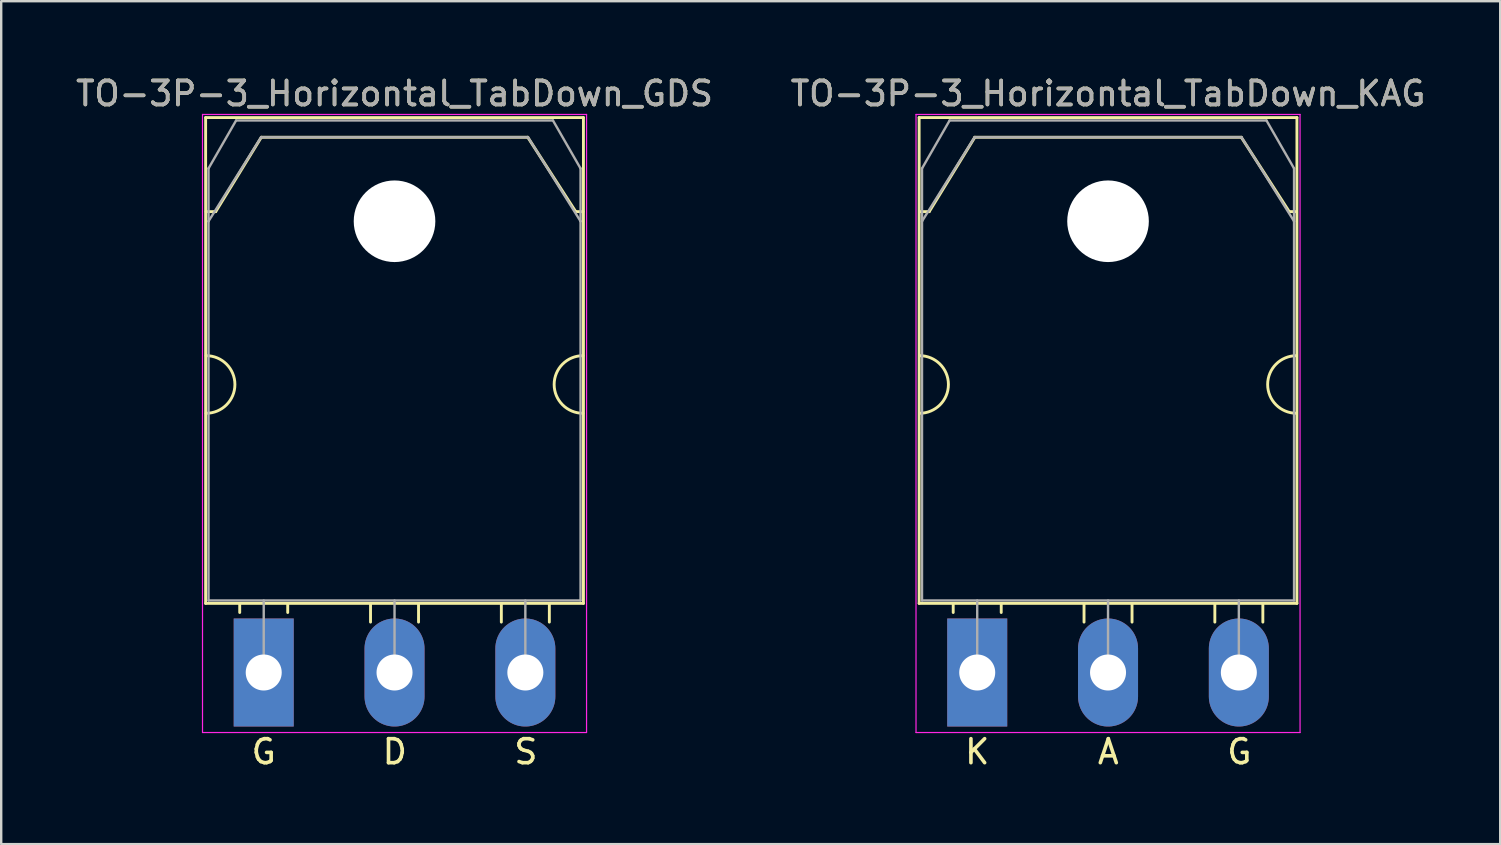
<source format=kicad_pcb>
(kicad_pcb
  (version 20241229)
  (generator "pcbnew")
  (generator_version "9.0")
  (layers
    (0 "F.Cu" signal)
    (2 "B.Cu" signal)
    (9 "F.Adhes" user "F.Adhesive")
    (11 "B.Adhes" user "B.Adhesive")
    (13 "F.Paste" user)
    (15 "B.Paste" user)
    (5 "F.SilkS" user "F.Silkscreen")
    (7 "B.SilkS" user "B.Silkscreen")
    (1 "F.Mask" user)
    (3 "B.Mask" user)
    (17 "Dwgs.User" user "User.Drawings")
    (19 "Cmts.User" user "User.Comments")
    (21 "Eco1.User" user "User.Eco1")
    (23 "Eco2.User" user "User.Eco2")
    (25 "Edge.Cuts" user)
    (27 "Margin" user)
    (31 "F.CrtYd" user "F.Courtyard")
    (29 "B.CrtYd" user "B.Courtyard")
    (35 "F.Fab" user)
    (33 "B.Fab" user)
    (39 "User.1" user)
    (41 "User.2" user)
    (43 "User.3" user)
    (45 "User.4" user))
  (footprint "TO-3P-3_Horizontal_TabDown_GDS"
    (layer "F.Cu")
    (at 7.937 24.968)
    (property "Reference" "TO-3P-3_Horizontal_TabDown_GDS" (at 5.45 -24.12 0) (layer "F.SilkS") (effects (font (size 1 1) (thickness 0.15))))
    (attr through_hole)
    (fp_line (start -2.42 -23.12) (end -2.42 -2.88) (stroke (width 0.12) (type solid)) (layer "F.SilkS"))
    (fp_line (start -2.42 -23.12) (end 13.32 -23.12) (stroke (width 0.12) (type solid)) (layer "F.SilkS"))
    (fp_line (start -2.42 -2.88) (end 13.32 -2.88) (stroke (width 0.12) (type solid)) (layer "F.SilkS"))
    (fp_line (start -2 -19.2) (end -2.4 -19.2) (stroke (width 0.12) (type solid)) (layer "F.SilkS"))
    (fp_line (start -2 -19.2) (end -0.1 -22.3) (stroke (width 0.12) (type solid)) (layer "F.SilkS"))
    (fp_line (start -1 -2.85) (end -1 -2.5) (stroke (width 0.12) (type solid)) (layer "F.SilkS"))
    (fp_line (start -0.1 -22.3) (end 11 -22.3) (stroke (width 0.12) (type solid)) (layer "F.SilkS"))
    (fp_line (start 1 -2.85) (end 1 -2.5) (stroke (width 0.12) (type solid)) (layer "F.SilkS"))
    (fp_line (start 4.45 -2.85) (end 4.45 -2.1) (stroke (width 0.12) (type solid)) (layer "F.SilkS"))
    (fp_line (start 6.45 -2.85) (end 6.45 -2.1) (stroke (width 0.12) (type solid)) (layer "F.SilkS"))
    (fp_line (start 9.9 -2.85) (end 9.9 -2.1) (stroke (width 0.12) (type solid)) (layer "F.SilkS"))
    (fp_line (start 11 -22.3) (end 13 -19.2) (stroke (width 0.12) (type solid)) (layer "F.SilkS"))
    (fp_line (start 11.9 -2.85) (end 11.9 -2.1) (stroke (width 0.12) (type solid)) (layer "F.SilkS"))
    (fp_line (start 13 -19.2) (end 13.3 -19.2) (stroke (width 0.12) (type solid)) (layer "F.SilkS"))
    (fp_line (start 13.32 -23.12) (end 13.32 -2.88) (stroke (width 0.12) (type solid)) (layer "F.SilkS"))
    (fp_arc (start -2.4 -13.2) (mid -1.2 -12) (end -2.4 -10.8) (stroke (width 0.12) (type solid)) (layer "F.SilkS"))
    (fp_arc (start 13.3 -10.8) (mid 12.1 -12) (end 13.3 -13.2) (stroke (width 0.12) (type solid)) (layer "F.SilkS"))
    (fp_line (start -2.55 -23.25) (end -2.55 2.5) (stroke (width 0.05) (type solid)) (layer "F.CrtYd"))
    (fp_line (start -2.55 2.5) (end 13.45 2.5) (stroke (width 0.05) (type solid)) (layer "F.CrtYd"))
    (fp_line (start 13.45 -23.25) (end -2.55 -23.25) (stroke (width 0.05) (type solid)) (layer "F.CrtYd"))
    (fp_line (start 13.45 2.5) (end 13.45 -23.25) (stroke (width 0.05) (type solid)) (layer "F.CrtYd"))
    (fp_line (start -2.3 -21) (end -1.15 -23) (stroke (width 0.1) (type solid)) (layer "F.Fab"))
    (fp_line (start -2.3 -18.8) (end -2.3 -21) (stroke (width 0.1) (type solid)) (layer "F.Fab"))
    (fp_line (start -2.3 -18.8) (end -0.11 -22.3) (stroke (width 0.1) (type solid)) (layer "F.Fab"))
    (fp_line (start -2.3 -3) (end -2.3 -18.8) (stroke (width 0.1) (type solid)) (layer "F.Fab"))
    (fp_line (start -1.15 -23) (end 12.05 -23) (stroke (width 0.1) (type solid)) (layer "F.Fab"))
    (fp_line (start -0.11 -22.3) (end 11.01 -22.3) (stroke (width 0.1) (type solid)) (layer "F.Fab"))
    (fp_line (start 0 -3) (end 0 0) (stroke (width 0.1) (type solid)) (layer "F.Fab"))
    (fp_line (start 5.45 -3) (end 5.45 0) (stroke (width 0.1) (type solid)) (layer "F.Fab"))
    (fp_line (start 10.9 -3) (end 10.9 0) (stroke (width 0.1) (type solid)) (layer "F.Fab"))
    (fp_line (start 11.01 -22.3) (end 13.2 -18.8) (stroke (width 0.1) (type solid)) (layer "F.Fab"))
    (fp_line (start 12.05 -23) (end 13.2 -21) (stroke (width 0.1) (type solid)) (layer "F.Fab"))
    (fp_line (start 13.2 -21) (end 13.2 -18.8) (stroke (width 0.1) (type solid)) (layer "F.Fab"))
    (fp_line (start 13.2 -18.8) (end 13.2 -3) (stroke (width 0.1) (type solid)) (layer "F.Fab"))
    (fp_line (start 13.2 -3) (end -2.3 -3) (stroke (width 0.1) (type solid)) (layer "F.Fab"))
    (fp_circle (center 5.45 -18.8) (end 7.05 -18.8) (stroke (width 0.1) (type solid)) (fill no) (layer "F.Fab"))
    (fp_text user "G" (at 0 3.302 0) (layer "F.SilkS") (effects (font (size 1 1) (thickness 0.15))))
    (fp_text user "S" (at 10.922 3.302 0) (layer "F.SilkS") (effects (font (size 1 1) (thickness 0.15))))
    (fp_text user "D" (at 5.461 3.302 0) (layer "F.SilkS") (effects (font (size 1 1) (thickness 0.15))))
    (fp_text user "${REFERENCE}" (at 5.45 -24.12 0) (layer "F.Fab") (effects (font (size 1 1) (thickness 0.15))))
    (pad "" np_thru_hole oval (at 5.45 -18.8) (size 3.4 3.4) (drill 3.4) (layers "*.Cu" "*.Mask"))
    (pad "1" thru_hole rect (at 0 0) (size 2.5 4.5) (drill 1.5) (layers "*.Cu" "*.Mask"))
    (pad "2" thru_hole oval (at 5.45 0) (size 2.5 4.5) (drill 1.5) (layers "*.Cu" "*.Mask"))
    (pad "3" thru_hole oval (at 10.9 0) (size 2.5 4.5) (drill 1.5) (layers "*.Cu" "*.Mask")))
  (footprint "TO-3P-3_Horizontal_TabDown_KAG"
    (layer "F.Cu")
    (at 37.663 24.968)
    (property "Reference" "TO-3P-3_Horizontal_TabDown_KAG" (at 5.45 -24.12 0) (layer "F.SilkS") (effects (font (size 1 1) (thickness 0.15))))
    (fp_line (start -2.42 -23.12) (end -2.42 -2.88) (stroke (width 0.12) (type solid)) (layer "F.SilkS"))
    (fp_line (start -2.42 -23.12) (end 13.32 -23.12) (stroke (width 0.12) (type solid)) (layer "F.SilkS"))
    (fp_line (start -2.42 -2.88) (end 13.32 -2.88) (stroke (width 0.12) (type solid)) (layer "F.SilkS"))
    (fp_line (start -2 -19.2) (end -2.4 -19.2) (stroke (width 0.12) (type solid)) (layer "F.SilkS"))
    (fp_line (start -2 -19.2) (end -0.1 -22.3) (stroke (width 0.12) (type solid)) (layer "F.SilkS"))
    (fp_line (start -1 -2.85) (end -1 -2.5) (stroke (width 0.12) (type solid)) (layer "F.SilkS"))
    (fp_line (start -0.1 -22.3) (end 11 -22.3) (stroke (width 0.12) (type solid)) (layer "F.SilkS"))
    (fp_line (start 1 -2.85) (end 1 -2.5) (stroke (width 0.12) (type solid)) (layer "F.SilkS"))
    (fp_line (start 4.45 -2.85) (end 4.45 -2.1) (stroke (width 0.12) (type solid)) (layer "F.SilkS"))
    (fp_line (start 6.45 -2.85) (end 6.45 -2.1) (stroke (width 0.12) (type solid)) (layer "F.SilkS"))
    (fp_line (start 9.9 -2.85) (end 9.9 -2.1) (stroke (width 0.12) (type solid)) (layer "F.SilkS"))
    (fp_line (start 11 -22.3) (end 13 -19.2) (stroke (width 0.12) (type solid)) (layer "F.SilkS"))
    (fp_line (start 11.9 -2.85) (end 11.9 -2.1) (stroke (width 0.12) (type solid)) (layer "F.SilkS"))
    (fp_line (start 13 -19.2) (end 13.3 -19.2) (stroke (width 0.12) (type solid)) (layer "F.SilkS"))
    (fp_line (start 13.32 -23.12) (end 13.32 -2.88) (stroke (width 0.12) (type solid)) (layer "F.SilkS"))
    (fp_arc (start -2.4 -13.2) (mid -1.2 -12) (end -2.4 -10.8) (stroke (width 0.12) (type solid)) (layer "F.SilkS"))
    (fp_arc (start 13.3 -10.8) (mid 12.1 -12) (end 13.3 -13.2) (stroke (width 0.12) (type solid)) (layer "F.SilkS"))
    (fp_line (start -2.55 -23.25) (end -2.55 2.5) (stroke (width 0.05) (type solid)) (layer "F.CrtYd"))
    (fp_line (start -2.55 2.5) (end 13.45 2.5) (stroke (width 0.05) (type solid)) (layer "F.CrtYd"))
    (fp_line (start 13.45 -23.25) (end -2.55 -23.25) (stroke (width 0.05) (type solid)) (layer "F.CrtYd"))
    (fp_line (start 13.45 2.5) (end 13.45 -23.25) (stroke (width 0.05) (type solid)) (layer "F.CrtYd"))
    (fp_line (start -2.3 -21) (end -1.15 -23) (stroke (width 0.1) (type solid)) (layer "F.Fab"))
    (fp_line (start -2.3 -18.8) (end -2.3 -21) (stroke (width 0.1) (type solid)) (layer "F.Fab"))
    (fp_line (start -2.3 -18.8) (end -0.11 -22.3) (stroke (width 0.1) (type solid)) (layer "F.Fab"))
    (fp_line (start -2.3 -3) (end -2.3 -18.8) (stroke (width 0.1) (type solid)) (layer "F.Fab"))
    (fp_line (start -1.15 -23) (end 12.05 -23) (stroke (width 0.1) (type solid)) (layer "F.Fab"))
    (fp_line (start -0.11 -22.3) (end 11.01 -22.3) (stroke (width 0.1) (type solid)) (layer "F.Fab"))
    (fp_line (start 0 -3) (end 0 0) (stroke (width 0.1) (type solid)) (layer "F.Fab"))
    (fp_line (start 5.45 -3) (end 5.45 0) (stroke (width 0.1) (type solid)) (layer "F.Fab"))
    (fp_line (start 10.9 -3) (end 10.9 0) (stroke (width 0.1) (type solid)) (layer "F.Fab"))
    (fp_line (start 11.01 -22.3) (end 13.2 -18.8) (stroke (width 0.1) (type solid)) (layer "F.Fab"))
    (fp_line (start 12.05 -23) (end 13.2 -21) (stroke (width 0.1) (type solid)) (layer "F.Fab"))
    (fp_line (start 13.2 -21) (end 13.2 -18.8) (stroke (width 0.1) (type solid)) (layer "F.Fab"))
    (fp_line (start 13.2 -18.8) (end 13.2 -3) (stroke (width 0.1) (type solid)) (layer "F.Fab"))
    (fp_line (start 13.2 -3) (end -2.3 -3) (stroke (width 0.1) (type solid)) (layer "F.Fab"))
    (fp_circle (center 5.45 -18.8) (end 7.05 -18.8) (stroke (width 0.1) (type solid)) (fill no) (layer "F.Fab"))
    (fp_text user "G" (at 10.922 3.302 0) (layer "F.SilkS") (effects (font (size 1 1) (thickness 0.15))))
    (fp_text user "K" (at 0 3.302 0) (layer "F.SilkS") (effects (font (size 1 1) (thickness 0.15))))
    (fp_text user "A" (at 5.461 3.302 0) (layer "F.SilkS") (effects (font (size 1 1) (thickness 0.15))))
    (fp_text user "${REFERENCE}" (at 5.45 -24.12 0) (layer "F.Fab") (effects (font (size 1 1) (thickness 0.15))))
    (pad "" np_thru_hole oval (at 5.45 -18.8) (size 3.4 3.4) (drill 3.4) (layers "*.Cu" "*.Mask"))
    (pad "1" thru_hole rect (at 0 0) (size 2.5 4.5) (drill 1.5) (layers "*.Cu" "*.Mask"))
    (pad "2" thru_hole oval (at 5.45 0) (size 2.5 4.5) (drill 1.5) (layers "*.Cu" "*.Mask"))
    (pad "3" thru_hole oval (at 10.9 0) (size 2.5 4.5) (drill 1.5) (layers "*.Cu" "*.Mask")))
  (gr_rect
    (start -3 -3)
    (end 59.452 32.118)
    (stroke (width 0.1) (type default))
    (fill no)
    (layer "Edge.Cuts")))
</source>
